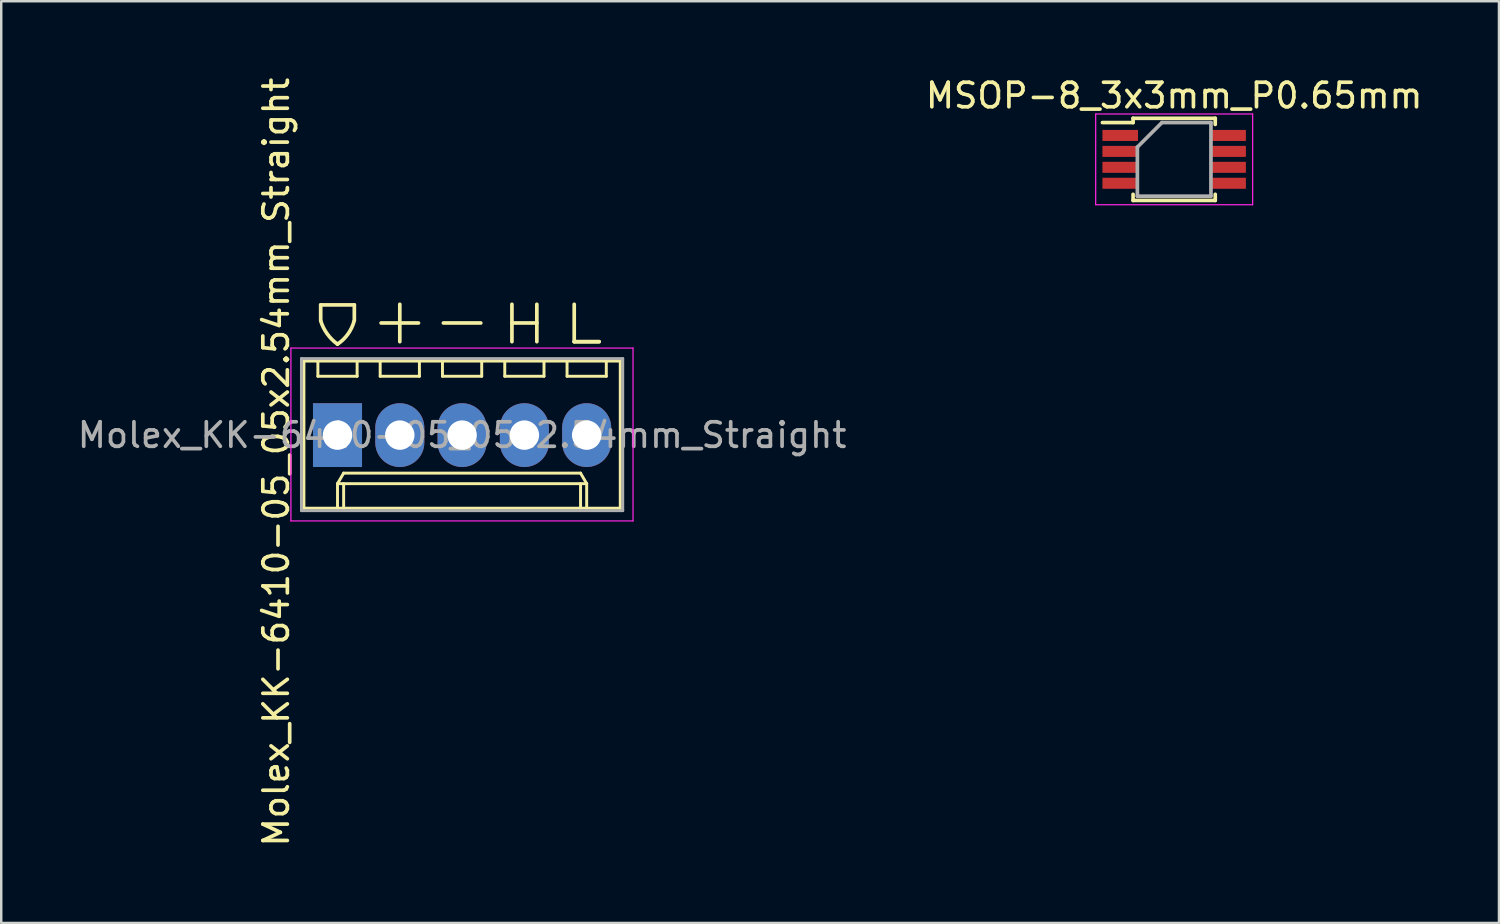
<source format=kicad_pcb>
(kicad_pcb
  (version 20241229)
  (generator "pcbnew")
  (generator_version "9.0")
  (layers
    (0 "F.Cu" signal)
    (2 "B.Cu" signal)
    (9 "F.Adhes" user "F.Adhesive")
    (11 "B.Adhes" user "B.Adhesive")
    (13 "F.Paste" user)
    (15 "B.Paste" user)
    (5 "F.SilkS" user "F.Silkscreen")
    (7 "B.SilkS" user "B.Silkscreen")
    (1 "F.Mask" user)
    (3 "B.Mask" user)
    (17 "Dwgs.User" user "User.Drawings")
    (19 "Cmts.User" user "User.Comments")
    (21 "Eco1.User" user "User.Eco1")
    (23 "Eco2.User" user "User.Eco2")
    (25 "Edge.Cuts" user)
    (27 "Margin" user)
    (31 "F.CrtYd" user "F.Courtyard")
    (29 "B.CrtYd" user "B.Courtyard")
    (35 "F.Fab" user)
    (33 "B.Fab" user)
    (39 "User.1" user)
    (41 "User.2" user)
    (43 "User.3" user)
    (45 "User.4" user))
  (footprint "Molex_KK-6410-05_05x2.54mm_Straight"
    (layer "F.Cu")
    (at 10.712 14.692)
    (property "Reference" "Molex_KK-6410-05_05x2.54mm_Straight" (at -2.5 1.1 90) (layer "F.SilkS") (effects (font (size 1 1) (thickness 0.15))))
    (attr through_hole)
    (fp_line (start -1.37 -3.02) (end -1.37 2.98) (stroke (width 0.12) (type solid)) (layer "F.SilkS"))
    (fp_line (start -1.37 2.98) (end 11.53 2.98) (stroke (width 0.12) (type solid)) (layer "F.SilkS"))
    (fp_line (start -0.8 -3.02) (end -0.8 -2.4) (stroke (width 0.12) (type solid)) (layer "F.SilkS"))
    (fp_line (start -0.8 -2.4) (end 0.8 -2.4) (stroke (width 0.12) (type solid)) (layer "F.SilkS"))
    (fp_line (start -0.686 -5.309) (end -0.686 -4.674) (stroke (width 0.15) (type solid)) (layer "F.SilkS"))
    (fp_line (start -0.686 -5.309) (end 0.686 -5.309) (stroke (width 0.15) (type solid)) (layer "F.SilkS"))
    (fp_line (start 0 1.98) (end 0.25 1.55) (stroke (width 0.12) (type solid)) (layer "F.SilkS"))
    (fp_line (start 0 1.98) (end 10.16 1.98) (stroke (width 0.12) (type solid)) (layer "F.SilkS"))
    (fp_line (start 0 2.98) (end 0 1.98) (stroke (width 0.12) (type solid)) (layer "F.SilkS"))
    (fp_line (start 0.25 1.55) (end 9.91 1.55) (stroke (width 0.12) (type solid)) (layer "F.SilkS"))
    (fp_line (start 0.25 2.98) (end 0.25 1.98) (stroke (width 0.12) (type solid)) (layer "F.SilkS"))
    (fp_line (start 0.686 -5.309) (end 0.686 -4.674) (stroke (width 0.15) (type solid)) (layer "F.SilkS"))
    (fp_line (start 0.8 -2.4) (end 0.8 -3.02) (stroke (width 0.12) (type solid)) (layer "F.SilkS"))
    (fp_line (start 1.74 -3.02) (end 1.74 -2.4) (stroke (width 0.12) (type solid)) (layer "F.SilkS"))
    (fp_line (start 1.74 -2.4) (end 3.34 -2.4) (stroke (width 0.12) (type solid)) (layer "F.SilkS"))
    (fp_line (start 2.54 -4.572) (end 1.778 -4.572) (stroke (width 0.15) (type solid)) (layer "F.SilkS"))
    (fp_line (start 2.54 -4.572) (end 3.302 -4.572) (stroke (width 0.15) (type solid)) (layer "F.SilkS"))
    (fp_line (start 2.54 -3.81) (end 2.54 -5.334) (stroke (width 0.15) (type solid)) (layer "F.SilkS"))
    (fp_line (start 3.34 -2.4) (end 3.34 -3.02) (stroke (width 0.12) (type solid)) (layer "F.SilkS"))
    (fp_line (start 4.28 -3.02) (end 4.28 -2.4) (stroke (width 0.12) (type solid)) (layer "F.SilkS"))
    (fp_line (start 4.28 -2.4) (end 5.88 -2.4) (stroke (width 0.12) (type solid)) (layer "F.SilkS"))
    (fp_line (start 4.318 -4.572) (end 5.842 -4.572) (stroke (width 0.15) (type solid)) (layer "F.SilkS"))
    (fp_line (start 5.88 -2.4) (end 5.88 -3.02) (stroke (width 0.12) (type solid)) (layer "F.SilkS"))
    (fp_line (start 6.82 -3.02) (end 6.82 -2.4) (stroke (width 0.12) (type solid)) (layer "F.SilkS"))
    (fp_line (start 6.82 -2.4) (end 8.42 -2.4) (stroke (width 0.12) (type solid)) (layer "F.SilkS"))
    (fp_line (start 7.112 -4.572) (end 8.128 -4.572) (stroke (width 0.15) (type solid)) (layer "F.SilkS"))
    (fp_line (start 7.112 -3.81) (end 7.112 -5.334) (stroke (width 0.15) (type solid)) (layer "F.SilkS"))
    (fp_line (start 8.128 -5.334) (end 8.128 -3.81) (stroke (width 0.15) (type solid)) (layer "F.SilkS"))
    (fp_line (start 8.42 -2.4) (end 8.42 -3.02) (stroke (width 0.12) (type solid)) (layer "F.SilkS"))
    (fp_line (start 9.36 -3.02) (end 9.36 -2.4) (stroke (width 0.12) (type solid)) (layer "F.SilkS"))
    (fp_line (start 9.36 -2.4) (end 10.96 -2.4) (stroke (width 0.12) (type solid)) (layer "F.SilkS"))
    (fp_line (start 9.652 -3.81) (end 9.652 -5.334) (stroke (width 0.15) (type solid)) (layer "F.SilkS"))
    (fp_line (start 9.652 -3.81) (end 10.668 -3.81) (stroke (width 0.15) (type solid)) (layer "F.SilkS"))
    (fp_line (start 9.91 1.55) (end 10.16 1.98) (stroke (width 0.12) (type solid)) (layer "F.SilkS"))
    (fp_line (start 9.91 2.98) (end 9.91 1.98) (stroke (width 0.12) (type solid)) (layer "F.SilkS"))
    (fp_line (start 10.16 1.98) (end 10.16 2.98) (stroke (width 0.12) (type solid)) (layer "F.SilkS"))
    (fp_line (start 10.668 -3.81) (end 9.652 -3.81) (stroke (width 0.15) (type solid)) (layer "F.SilkS"))
    (fp_line (start 10.96 -2.4) (end 10.96 -3.02) (stroke (width 0.12) (type solid)) (layer "F.SilkS"))
    (fp_line (start 11.53 -3.02) (end -1.37 -3.02) (stroke (width 0.12) (type solid)) (layer "F.SilkS"))
    (fp_line (start 11.53 2.98) (end 11.53 -3.02) (stroke (width 0.12) (type solid)) (layer "F.SilkS"))
    (fp_arc (start 0 -3.7084) (mid -0.416855 -4.123944) (end -0.68215 -4.649361) (stroke (width 0.15) (type solid)) (layer "F.SilkS"))
    (fp_arc (start 0.677133 -4.650539) (mid 0.424193 -4.117928) (end 0 -3.7084) (stroke (width 0.15) (type solid)) (layer "F.SilkS"))
    (fp_line (start -1.9 -3.55) (end 12.05 -3.55) (stroke (width 0.05) (type solid)) (layer "F.CrtYd"))
    (fp_line (start -1.9 3.5) (end -1.9 -3.55) (stroke (width 0.05) (type solid)) (layer "F.CrtYd"))
    (fp_line (start 12.05 -3.55) (end 12.05 3.5) (stroke (width 0.05) (type solid)) (layer "F.CrtYd"))
    (fp_line (start 12.05 3.5) (end -1.9 3.5) (stroke (width 0.05) (type solid)) (layer "F.CrtYd"))
    (fp_line (start -1.47 -3.12) (end -1.47 3.08) (stroke (width 0.12) (type solid)) (layer "F.Fab"))
    (fp_line (start -1.47 3.08) (end 11.63 3.08) (stroke (width 0.12) (type solid)) (layer "F.Fab"))
    (fp_line (start 11.63 -3.12) (end -1.47 -3.12) (stroke (width 0.12) (type solid)) (layer "F.Fab"))
    (fp_line (start 11.63 3.08) (end 11.63 -3.12) (stroke (width 0.12) (type solid)) (layer "F.Fab"))
    (fp_text user "${REFERENCE}" (at 5.08 0 0) (layer "F.Fab") (effects (font (size 1 1) (thickness 0.15))))
    (pad "1" thru_hole rect (at 0 0) (size 2 2.6) (drill 1.2) (layers "*.Cu" "*.Mask"))
    (pad "2" thru_hole oval (at 2.54 0) (size 2 2.6) (drill 1.2) (layers "*.Cu" "*.Mask"))
    (pad "3" thru_hole oval (at 5.08 0) (size 2 2.6) (drill 1.2) (layers "*.Cu" "*.Mask"))
    (pad "4" thru_hole oval (at 7.62 0) (size 2 2.6) (drill 1.2) (layers "*.Cu" "*.Mask"))
    (pad "5" thru_hole oval (at 10.16 0) (size 2 2.6) (drill 1.2) (layers "*.Cu" "*.Mask")))
  (footprint "MSOP-8_3x3mm_P0.65mm"
    (layer "F.Cu")
    (at 44.827 3.448)
    (property "Reference" "MSOP-8_3x3mm_P0.65mm" (at 0 -2.6 0) (layer "F.SilkS") (effects (font (size 1 1) (thickness 0.15))))
    (attr smd)
    (fp_line (start -1.675 -1.675) (end -1.675 -1.5) (stroke (width 0.15) (type solid)) (layer "F.SilkS"))
    (fp_line (start -1.675 -1.675) (end 1.675 -1.675) (stroke (width 0.15) (type solid)) (layer "F.SilkS"))
    (fp_line (start -1.675 -1.5) (end -2.925 -1.5) (stroke (width 0.15) (type solid)) (layer "F.SilkS"))
    (fp_line (start -1.675 1.675) (end -1.675 1.425) (stroke (width 0.15) (type solid)) (layer "F.SilkS"))
    (fp_line (start -1.675 1.675) (end 1.675 1.675) (stroke (width 0.15) (type solid)) (layer "F.SilkS"))
    (fp_line (start 1.675 -1.675) (end 1.675 -1.425) (stroke (width 0.15) (type solid)) (layer "F.SilkS"))
    (fp_line (start 1.675 1.675) (end 1.675 1.425) (stroke (width 0.15) (type solid)) (layer "F.SilkS"))
    (fp_line (start -3.2 -1.85) (end -3.2 1.85) (stroke (width 0.05) (type solid)) (layer "F.CrtYd"))
    (fp_line (start -3.2 -1.85) (end 3.2 -1.85) (stroke (width 0.05) (type solid)) (layer "F.CrtYd"))
    (fp_line (start -3.2 1.85) (end 3.2 1.85) (stroke (width 0.05) (type solid)) (layer "F.CrtYd"))
    (fp_line (start 3.2 -1.85) (end 3.2 1.85) (stroke (width 0.05) (type solid)) (layer "F.CrtYd"))
    (fp_line (start -1.5 -0.5) (end -0.5 -1.5) (stroke (width 0.15) (type solid)) (layer "F.Fab"))
    (fp_line (start -1.5 1.5) (end -1.5 -0.5) (stroke (width 0.15) (type solid)) (layer "F.Fab"))
    (fp_line (start -0.5 -1.5) (end 1.5 -1.5) (stroke (width 0.15) (type solid)) (layer "F.Fab"))
    (fp_line (start 1.5 -1.5) (end 1.5 1.5) (stroke (width 0.15) (type solid)) (layer "F.Fab"))
    (fp_line (start 1.5 1.5) (end -1.5 1.5) (stroke (width 0.15) (type solid)) (layer "F.Fab"))
    (pad "1" smd rect (at -2.2 -0.975) (size 1.45 0.45) (layers "F.Cu" "F.Mask" "F.Paste"))
    (pad "2" smd rect (at -2.2 -0.325) (size 1.45 0.45) (layers "F.Cu" "F.Mask" "F.Paste"))
    (pad "3" smd rect (at -2.2 0.325) (size 1.45 0.45) (layers "F.Cu" "F.Mask" "F.Paste"))
    (pad "4" smd rect (at -2.2 0.975) (size 1.45 0.45) (layers "F.Cu" "F.Mask" "F.Paste"))
    (pad "5" smd rect (at 2.2 0.975) (size 1.45 0.45) (layers "F.Cu" "F.Mask" "F.Paste"))
    (pad "6" smd rect (at 2.2 0.325) (size 1.45 0.45) (layers "F.Cu" "F.Mask" "F.Paste"))
    (pad "7" smd rect (at 2.2 -0.325) (size 1.45 0.45) (layers "F.Cu" "F.Mask" "F.Paste"))
    (pad "8" smd rect (at 2.2 -0.975) (size 1.45 0.45) (layers "F.Cu" "F.Mask" "F.Paste")))
  (gr_rect
    (start -3 -3)
    (end 58.071 34.583)
    (stroke (width 0.1) (type default))
    (fill no)
    (layer "Edge.Cuts")))
</source>
